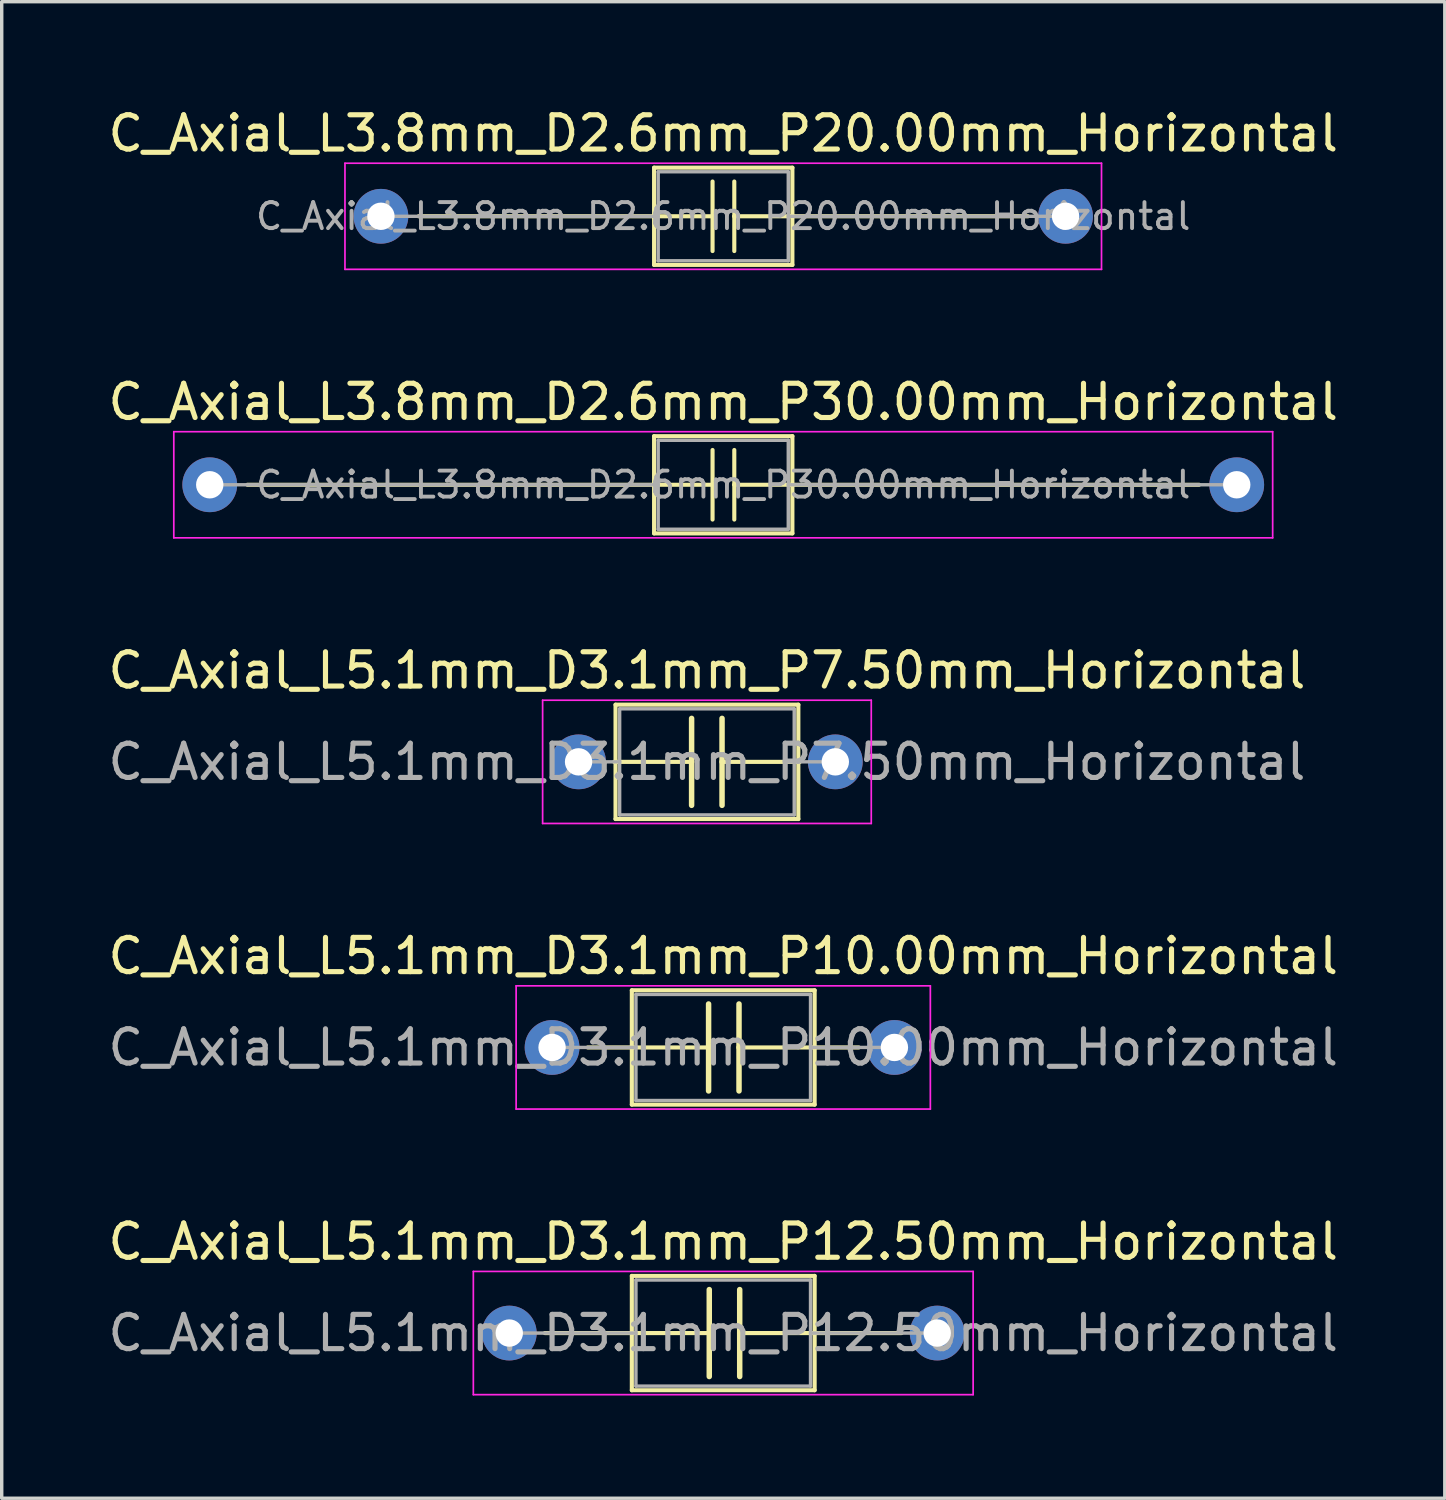
<source format=kicad_pcb>
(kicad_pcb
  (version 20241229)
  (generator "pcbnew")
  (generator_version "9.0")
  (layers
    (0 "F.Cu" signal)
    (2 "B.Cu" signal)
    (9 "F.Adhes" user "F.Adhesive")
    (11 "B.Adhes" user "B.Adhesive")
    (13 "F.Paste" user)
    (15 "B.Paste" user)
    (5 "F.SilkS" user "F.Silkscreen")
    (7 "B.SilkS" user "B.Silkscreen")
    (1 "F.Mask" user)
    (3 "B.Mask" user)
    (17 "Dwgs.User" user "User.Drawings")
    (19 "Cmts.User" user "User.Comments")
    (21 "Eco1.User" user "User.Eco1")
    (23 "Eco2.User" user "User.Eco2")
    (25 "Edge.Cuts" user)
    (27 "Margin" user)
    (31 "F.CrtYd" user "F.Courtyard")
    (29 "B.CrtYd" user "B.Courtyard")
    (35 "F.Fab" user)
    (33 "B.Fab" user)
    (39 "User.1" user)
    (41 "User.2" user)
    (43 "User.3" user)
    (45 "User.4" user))
  (footprint "C_Axial_L3.8mm_D2.6mm_P30.00mm_Horizontal"
    (layer "F.Cu")
    (at 3.077 11.111)
    (property "Reference" "C_Axial_L3.8mm_D2.6mm_P30.00mm_Horizontal" (at 15 -2.42 0) (layer "F.SilkS") (effects (font (size 1 1) (thickness 0.15))))
    (fp_line (start 1.1 0) (end 12.98 0) (stroke (width 0.12) (type solid)) (layer "F.SilkS"))
    (fp_line (start 12.98 -1.42) (end 12.98 1.42) (stroke (width 0.12) (type solid)) (layer "F.SilkS"))
    (fp_line (start 12.98 0) (end 14.688 0) (stroke (width 0.12) (type solid)) (layer "F.SilkS"))
    (fp_line (start 12.98 1.42) (end 17.02 1.42) (stroke (width 0.12) (type solid)) (layer "F.SilkS"))
    (fp_line (start 14.688 0) (end 14.688 -1.016) (stroke (width 0.12) (type solid)) (layer "F.SilkS"))
    (fp_line (start 14.688 0) (end 14.688 1.016) (stroke (width 0.12) (type solid)) (layer "F.SilkS"))
    (fp_line (start 15.323 0) (end 15.323 -1.016) (stroke (width 0.12) (type solid)) (layer "F.SilkS"))
    (fp_line (start 15.323 0) (end 15.323 1.016) (stroke (width 0.12) (type solid)) (layer "F.SilkS"))
    (fp_line (start 17.018 0) (end 15.323 0) (stroke (width 0.12) (type solid)) (layer "F.SilkS"))
    (fp_line (start 17.02 -1.42) (end 12.98 -1.42) (stroke (width 0.12) (type solid)) (layer "F.SilkS"))
    (fp_line (start 17.02 1.42) (end 17.02 -1.42) (stroke (width 0.12) (type solid)) (layer "F.SilkS"))
    (fp_line (start 28.9 0) (end 17.02 0) (stroke (width 0.12) (type solid)) (layer "F.SilkS"))
    (fp_line (start -1.05 -1.55) (end -1.05 1.55) (stroke (width 0.05) (type solid)) (layer "F.CrtYd"))
    (fp_line (start -1.05 1.55) (end 31.05 1.55) (stroke (width 0.05) (type solid)) (layer "F.CrtYd"))
    (fp_line (start 31.05 -1.55) (end -1.05 -1.55) (stroke (width 0.05) (type solid)) (layer "F.CrtYd"))
    (fp_line (start 31.05 1.55) (end 31.05 -1.55) (stroke (width 0.05) (type solid)) (layer "F.CrtYd"))
    (fp_line (start 0 0) (end 13.1 0) (stroke (width 0.1) (type solid)) (layer "F.Fab"))
    (fp_line (start 13.1 -1.3) (end 13.1 1.3) (stroke (width 0.1) (type solid)) (layer "F.Fab"))
    (fp_line (start 13.1 1.3) (end 16.9 1.3) (stroke (width 0.1) (type solid)) (layer "F.Fab"))
    (fp_line (start 16.9 -1.3) (end 13.1 -1.3) (stroke (width 0.1) (type solid)) (layer "F.Fab"))
    (fp_line (start 16.9 1.3) (end 16.9 -1.3) (stroke (width 0.1) (type solid)) (layer "F.Fab"))
    (fp_line (start 30 0) (end 16.9 0) (stroke (width 0.1) (type solid)) (layer "F.Fab"))
    (fp_text user "${REFERENCE}" (at 15 0 0) (layer "F.Fab") (effects (font (size 0.76 0.76) (thickness 0.114))))
    (pad "1" thru_hole circle (at 0 0) (size 1.6 1.6) (drill 0.8) (layers "*.Cu" "*.Mask"))
    (pad "2" thru_hole oval (at 30 0) (size 1.6 1.6) (drill 0.8) (layers "*.Cu" "*.Mask")))
  (footprint "C_Axial_L5.1mm_D3.1mm_P7.50mm_Horizontal"
    (layer "F.Cu")
    (at 13.851 19.205)
    (property "Reference" "C_Axial_L5.1mm_D3.1mm_P7.50mm_Horizontal" (at 3.75 -2.67 0) (layer "F.SilkS") (effects (font (size 1 1) (thickness 0.15))))
    (attr through_hole)
    (fp_line (start 1.04 0) (end 1.08 0) (stroke (width 0.12) (type solid)) (layer "F.SilkS"))
    (fp_line (start 1.08 -1.67) (end 1.08 1.67) (stroke (width 0.12) (type solid)) (layer "F.SilkS"))
    (fp_line (start 1.08 0) (end 3.302 0) (stroke (width 0.12) (type solid)) (layer "F.SilkS"))
    (fp_line (start 1.08 1.67) (end 6.42 1.67) (stroke (width 0.12) (type solid)) (layer "F.SilkS"))
    (fp_line (start 3.302 0) (end 3.302 -1.27) (stroke (width 0.16) (type solid)) (layer "F.SilkS"))
    (fp_line (start 3.302 0) (end 3.302 1.27) (stroke (width 0.16) (type solid)) (layer "F.SilkS"))
    (fp_line (start 4.191 0) (end 4.191 -1.27) (stroke (width 0.16) (type solid)) (layer "F.SilkS"))
    (fp_line (start 4.191 0) (end 4.191 1.27) (stroke (width 0.16) (type solid)) (layer "F.SilkS"))
    (fp_line (start 6.42 -1.67) (end 1.08 -1.67) (stroke (width 0.12) (type solid)) (layer "F.SilkS"))
    (fp_line (start 6.42 1.67) (end 6.42 -1.67) (stroke (width 0.12) (type solid)) (layer "F.SilkS"))
    (fp_line (start 6.46 0) (end 4.191 0) (stroke (width 0.12) (type solid)) (layer "F.SilkS"))
    (fp_line (start 6.46 0) (end 6.42 0) (stroke (width 0.12) (type solid)) (layer "F.SilkS"))
    (fp_line (start -1.05 -1.8) (end -1.05 1.8) (stroke (width 0.05) (type solid)) (layer "F.CrtYd"))
    (fp_line (start -1.05 1.8) (end 8.55 1.8) (stroke (width 0.05) (type solid)) (layer "F.CrtYd"))
    (fp_line (start 8.55 -1.8) (end -1.05 -1.8) (stroke (width 0.05) (type solid)) (layer "F.CrtYd"))
    (fp_line (start 8.55 1.8) (end 8.55 -1.8) (stroke (width 0.05) (type solid)) (layer "F.CrtYd"))
    (fp_line (start 0 0) (end 1.2 0) (stroke (width 0.1) (type solid)) (layer "F.Fab"))
    (fp_line (start 1.2 -1.55) (end 1.2 1.55) (stroke (width 0.1) (type solid)) (layer "F.Fab"))
    (fp_line (start 1.2 1.55) (end 6.3 1.55) (stroke (width 0.1) (type solid)) (layer "F.Fab"))
    (fp_line (start 6.3 -1.55) (end 1.2 -1.55) (stroke (width 0.1) (type solid)) (layer "F.Fab"))
    (fp_line (start 6.3 1.55) (end 6.3 -1.55) (stroke (width 0.1) (type solid)) (layer "F.Fab"))
    (fp_line (start 7.5 0) (end 6.3 0) (stroke (width 0.1) (type solid)) (layer "F.Fab"))
    (fp_text user "${REFERENCE}" (at 3.75 0 0) (layer "F.Fab") (effects (font (size 1 1) (thickness 0.15))))
    (pad "1" thru_hole circle (at 0 0) (size 1.6 1.6) (drill 0.8) (layers "*.Cu" "*.Mask"))
    (pad "2" thru_hole oval (at 7.5 0) (size 1.6 1.6) (drill 0.8) (layers "*.Cu" "*.Mask")))
  (footprint "C_Axial_L5.1mm_D3.1mm_P10.00mm_Horizontal"
    (layer "F.Cu")
    (at 13.077 27.548)
    (property "Reference" "C_Axial_L5.1mm_D3.1mm_P10.00mm_Horizontal" (at 5 -2.67 0) (layer "F.SilkS") (effects (font (size 1 1) (thickness 0.15))))
    (attr through_hole)
    (fp_line (start 1.04 0) (end 2.33 0) (stroke (width 0.12) (type solid)) (layer "F.SilkS"))
    (fp_line (start 2.33 -1.67) (end 2.33 1.67) (stroke (width 0.12) (type solid)) (layer "F.SilkS"))
    (fp_line (start 2.33 0) (end 4.572 0) (stroke (width 0.12) (type solid)) (layer "F.SilkS"))
    (fp_line (start 2.33 1.67) (end 7.67 1.67) (stroke (width 0.12) (type solid)) (layer "F.SilkS"))
    (fp_line (start 4.572 0) (end 4.572 -1.27) (stroke (width 0.16) (type solid)) (layer "F.SilkS"))
    (fp_line (start 4.572 0) (end 4.572 1.27) (stroke (width 0.16) (type solid)) (layer "F.SilkS"))
    (fp_line (start 5.461 0) (end 5.461 -1.27) (stroke (width 0.16) (type solid)) (layer "F.SilkS"))
    (fp_line (start 5.461 0) (end 5.461 1.27) (stroke (width 0.16) (type solid)) (layer "F.SilkS"))
    (fp_line (start 7.67 -1.67) (end 2.33 -1.67) (stroke (width 0.12) (type solid)) (layer "F.SilkS"))
    (fp_line (start 7.67 0) (end 5.461 0) (stroke (width 0.12) (type solid)) (layer "F.SilkS"))
    (fp_line (start 7.67 1.67) (end 7.67 -1.67) (stroke (width 0.12) (type solid)) (layer "F.SilkS"))
    (fp_line (start 8.96 0) (end 7.67 0) (stroke (width 0.12) (type solid)) (layer "F.SilkS"))
    (fp_line (start -1.05 -1.8) (end -1.05 1.8) (stroke (width 0.05) (type solid)) (layer "F.CrtYd"))
    (fp_line (start -1.05 1.8) (end 11.05 1.8) (stroke (width 0.05) (type solid)) (layer "F.CrtYd"))
    (fp_line (start 11.05 -1.8) (end -1.05 -1.8) (stroke (width 0.05) (type solid)) (layer "F.CrtYd"))
    (fp_line (start 11.05 1.8) (end 11.05 -1.8) (stroke (width 0.05) (type solid)) (layer "F.CrtYd"))
    (fp_line (start 0 0) (end 2.45 0) (stroke (width 0.1) (type solid)) (layer "F.Fab"))
    (fp_line (start 2.45 -1.55) (end 2.45 1.55) (stroke (width 0.1) (type solid)) (layer "F.Fab"))
    (fp_line (start 2.45 1.55) (end 7.55 1.55) (stroke (width 0.1) (type solid)) (layer "F.Fab"))
    (fp_line (start 7.55 -1.55) (end 2.45 -1.55) (stroke (width 0.1) (type solid)) (layer "F.Fab"))
    (fp_line (start 7.55 1.55) (end 7.55 -1.55) (stroke (width 0.1) (type solid)) (layer "F.Fab"))
    (fp_line (start 10 0) (end 7.55 0) (stroke (width 0.1) (type solid)) (layer "F.Fab"))
    (fp_text user "${REFERENCE}" (at 5 0 0) (layer "F.Fab") (effects (font (size 1 1) (thickness 0.15))))
    (pad "1" thru_hole circle (at 0 0) (size 1.6 1.6) (drill 0.8) (layers "*.Cu" "*.Mask"))
    (pad "2" thru_hole oval (at 10 0) (size 1.6 1.6) (drill 0.8) (layers "*.Cu" "*.Mask")))
  (footprint "C_Axial_L3.8mm_D2.6mm_P20.00mm_Horizontal"
    (layer "F.Cu")
    (at 8.077 3.268)
    (property "Reference" "C_Axial_L3.8mm_D2.6mm_P20.00mm_Horizontal" (at 10 -2.42 0) (layer "F.SilkS") (effects (font (size 1 1) (thickness 0.15))))
    (fp_line (start 1.1 0) (end 7.98 0) (stroke (width 0.12) (type solid)) (layer "F.SilkS"))
    (fp_line (start 7.98 -1.42) (end 7.98 1.42) (stroke (width 0.12) (type solid)) (layer "F.SilkS"))
    (fp_line (start 7.98 0) (end 9.688 0) (stroke (width 0.12) (type solid)) (layer "F.SilkS"))
    (fp_line (start 7.98 1.42) (end 12.02 1.42) (stroke (width 0.12) (type solid)) (layer "F.SilkS"))
    (fp_line (start 9.688 0) (end 9.688 -1.016) (stroke (width 0.12) (type solid)) (layer "F.SilkS"))
    (fp_line (start 9.688 0) (end 9.688 1.016) (stroke (width 0.12) (type solid)) (layer "F.SilkS"))
    (fp_line (start 10.323 0) (end 10.323 -1.016) (stroke (width 0.12) (type solid)) (layer "F.SilkS"))
    (fp_line (start 10.323 0) (end 10.323 1.016) (stroke (width 0.12) (type solid)) (layer "F.SilkS"))
    (fp_line (start 12.02 -1.42) (end 7.98 -1.42) (stroke (width 0.12) (type solid)) (layer "F.SilkS"))
    (fp_line (start 12.02 0) (end 10.323 0) (stroke (width 0.12) (type solid)) (layer "F.SilkS"))
    (fp_line (start 12.02 1.42) (end 12.02 -1.42) (stroke (width 0.12) (type solid)) (layer "F.SilkS"))
    (fp_line (start 18.9 0) (end 12.02 0) (stroke (width 0.12) (type solid)) (layer "F.SilkS"))
    (fp_line (start -1.05 -1.55) (end -1.05 1.55) (stroke (width 0.05) (type solid)) (layer "F.CrtYd"))
    (fp_line (start -1.05 1.55) (end 21.05 1.55) (stroke (width 0.05) (type solid)) (layer "F.CrtYd"))
    (fp_line (start 21.05 -1.55) (end -1.05 -1.55) (stroke (width 0.05) (type solid)) (layer "F.CrtYd"))
    (fp_line (start 21.05 1.55) (end 21.05 -1.55) (stroke (width 0.05) (type solid)) (layer "F.CrtYd"))
    (fp_line (start 0 0) (end 8.1 0) (stroke (width 0.1) (type solid)) (layer "F.Fab"))
    (fp_line (start 8.1 -1.3) (end 8.1 1.3) (stroke (width 0.1) (type solid)) (layer "F.Fab"))
    (fp_line (start 8.1 1.3) (end 11.9 1.3) (stroke (width 0.1) (type solid)) (layer "F.Fab"))
    (fp_line (start 11.9 -1.3) (end 8.1 -1.3) (stroke (width 0.1) (type solid)) (layer "F.Fab"))
    (fp_line (start 11.9 1.3) (end 11.9 -1.3) (stroke (width 0.1) (type solid)) (layer "F.Fab"))
    (fp_line (start 20 0) (end 11.9 0) (stroke (width 0.1) (type solid)) (layer "F.Fab"))
    (fp_text user "${REFERENCE}" (at 10 0 0) (layer "F.Fab") (effects (font (size 0.76 0.76) (thickness 0.114))))
    (pad "1" thru_hole circle (at 0 0) (size 1.6 1.6) (drill 0.8) (layers "*.Cu" "*.Mask"))
    (pad "2" thru_hole oval (at 20 0) (size 1.6 1.6) (drill 0.8) (layers "*.Cu" "*.Mask")))
  (footprint "C_Axial_L5.1mm_D3.1mm_P12.50mm_Horizontal"
    (layer "F.Cu")
    (at 11.827 35.891)
    (property "Reference" "C_Axial_L5.1mm_D3.1mm_P12.50mm_Horizontal" (at 6.25 -2.67 0) (layer "F.SilkS") (effects (font (size 1 1) (thickness 0.15))))
    (attr through_hole)
    (fp_line (start 1.04 0) (end 3.58 0) (stroke (width 0.12) (type solid)) (layer "F.SilkS"))
    (fp_line (start 3.58 -1.67) (end 3.58 1.67) (stroke (width 0.12) (type solid)) (layer "F.SilkS"))
    (fp_line (start 3.58 0) (end 5.842 0) (stroke (width 0.12) (type solid)) (layer "F.SilkS"))
    (fp_line (start 3.58 1.67) (end 8.92 1.67) (stroke (width 0.12) (type solid)) (layer "F.SilkS"))
    (fp_line (start 5.842 0) (end 5.842 -1.27) (stroke (width 0.16) (type solid)) (layer "F.SilkS"))
    (fp_line (start 5.842 0) (end 5.842 1.27) (stroke (width 0.16) (type solid)) (layer "F.SilkS"))
    (fp_line (start 6.731 0) (end 6.731 -1.27) (stroke (width 0.16) (type solid)) (layer "F.SilkS"))
    (fp_line (start 6.731 0) (end 6.731 1.27) (stroke (width 0.16) (type solid)) (layer "F.SilkS"))
    (fp_line (start 8.92 -1.67) (end 3.58 -1.67) (stroke (width 0.12) (type solid)) (layer "F.SilkS"))
    (fp_line (start 8.92 0) (end 6.731 0) (stroke (width 0.12) (type solid)) (layer "F.SilkS"))
    (fp_line (start 8.92 1.67) (end 8.92 -1.67) (stroke (width 0.12) (type solid)) (layer "F.SilkS"))
    (fp_line (start 11.46 0) (end 8.92 0) (stroke (width 0.12) (type solid)) (layer "F.SilkS"))
    (fp_line (start -1.05 -1.8) (end -1.05 1.8) (stroke (width 0.05) (type solid)) (layer "F.CrtYd"))
    (fp_line (start -1.05 1.8) (end 13.55 1.8) (stroke (width 0.05) (type solid)) (layer "F.CrtYd"))
    (fp_line (start 13.55 -1.8) (end -1.05 -1.8) (stroke (width 0.05) (type solid)) (layer "F.CrtYd"))
    (fp_line (start 13.55 1.8) (end 13.55 -1.8) (stroke (width 0.05) (type solid)) (layer "F.CrtYd"))
    (fp_line (start 0 0) (end 3.7 0) (stroke (width 0.1) (type solid)) (layer "F.Fab"))
    (fp_line (start 3.7 -1.55) (end 3.7 1.55) (stroke (width 0.1) (type solid)) (layer "F.Fab"))
    (fp_line (start 3.7 1.55) (end 8.8 1.55) (stroke (width 0.1) (type solid)) (layer "F.Fab"))
    (fp_line (start 8.8 -1.55) (end 3.7 -1.55) (stroke (width 0.1) (type solid)) (layer "F.Fab"))
    (fp_line (start 8.8 1.55) (end 8.8 -1.55) (stroke (width 0.1) (type solid)) (layer "F.Fab"))
    (fp_line (start 12.5 0) (end 8.8 0) (stroke (width 0.1) (type solid)) (layer "F.Fab"))
    (fp_text user "${REFERENCE}" (at 6.25 0 0) (layer "F.Fab") (effects (font (size 1 1) (thickness 0.15))))
    (pad "1" thru_hole circle (at 0 0) (size 1.6 1.6) (drill 0.8) (layers "*.Cu" "*.Mask"))
    (pad "2" thru_hole oval (at 12.5 0) (size 1.6 1.6) (drill 0.8) (layers "*.Cu" "*.Mask")))
  (gr_rect
    (start -3 -3)
    (end 39.155 40.716)
    (stroke (width 0.1) (type default))
    (fill no)
    (layer "Edge.Cuts")))
</source>
